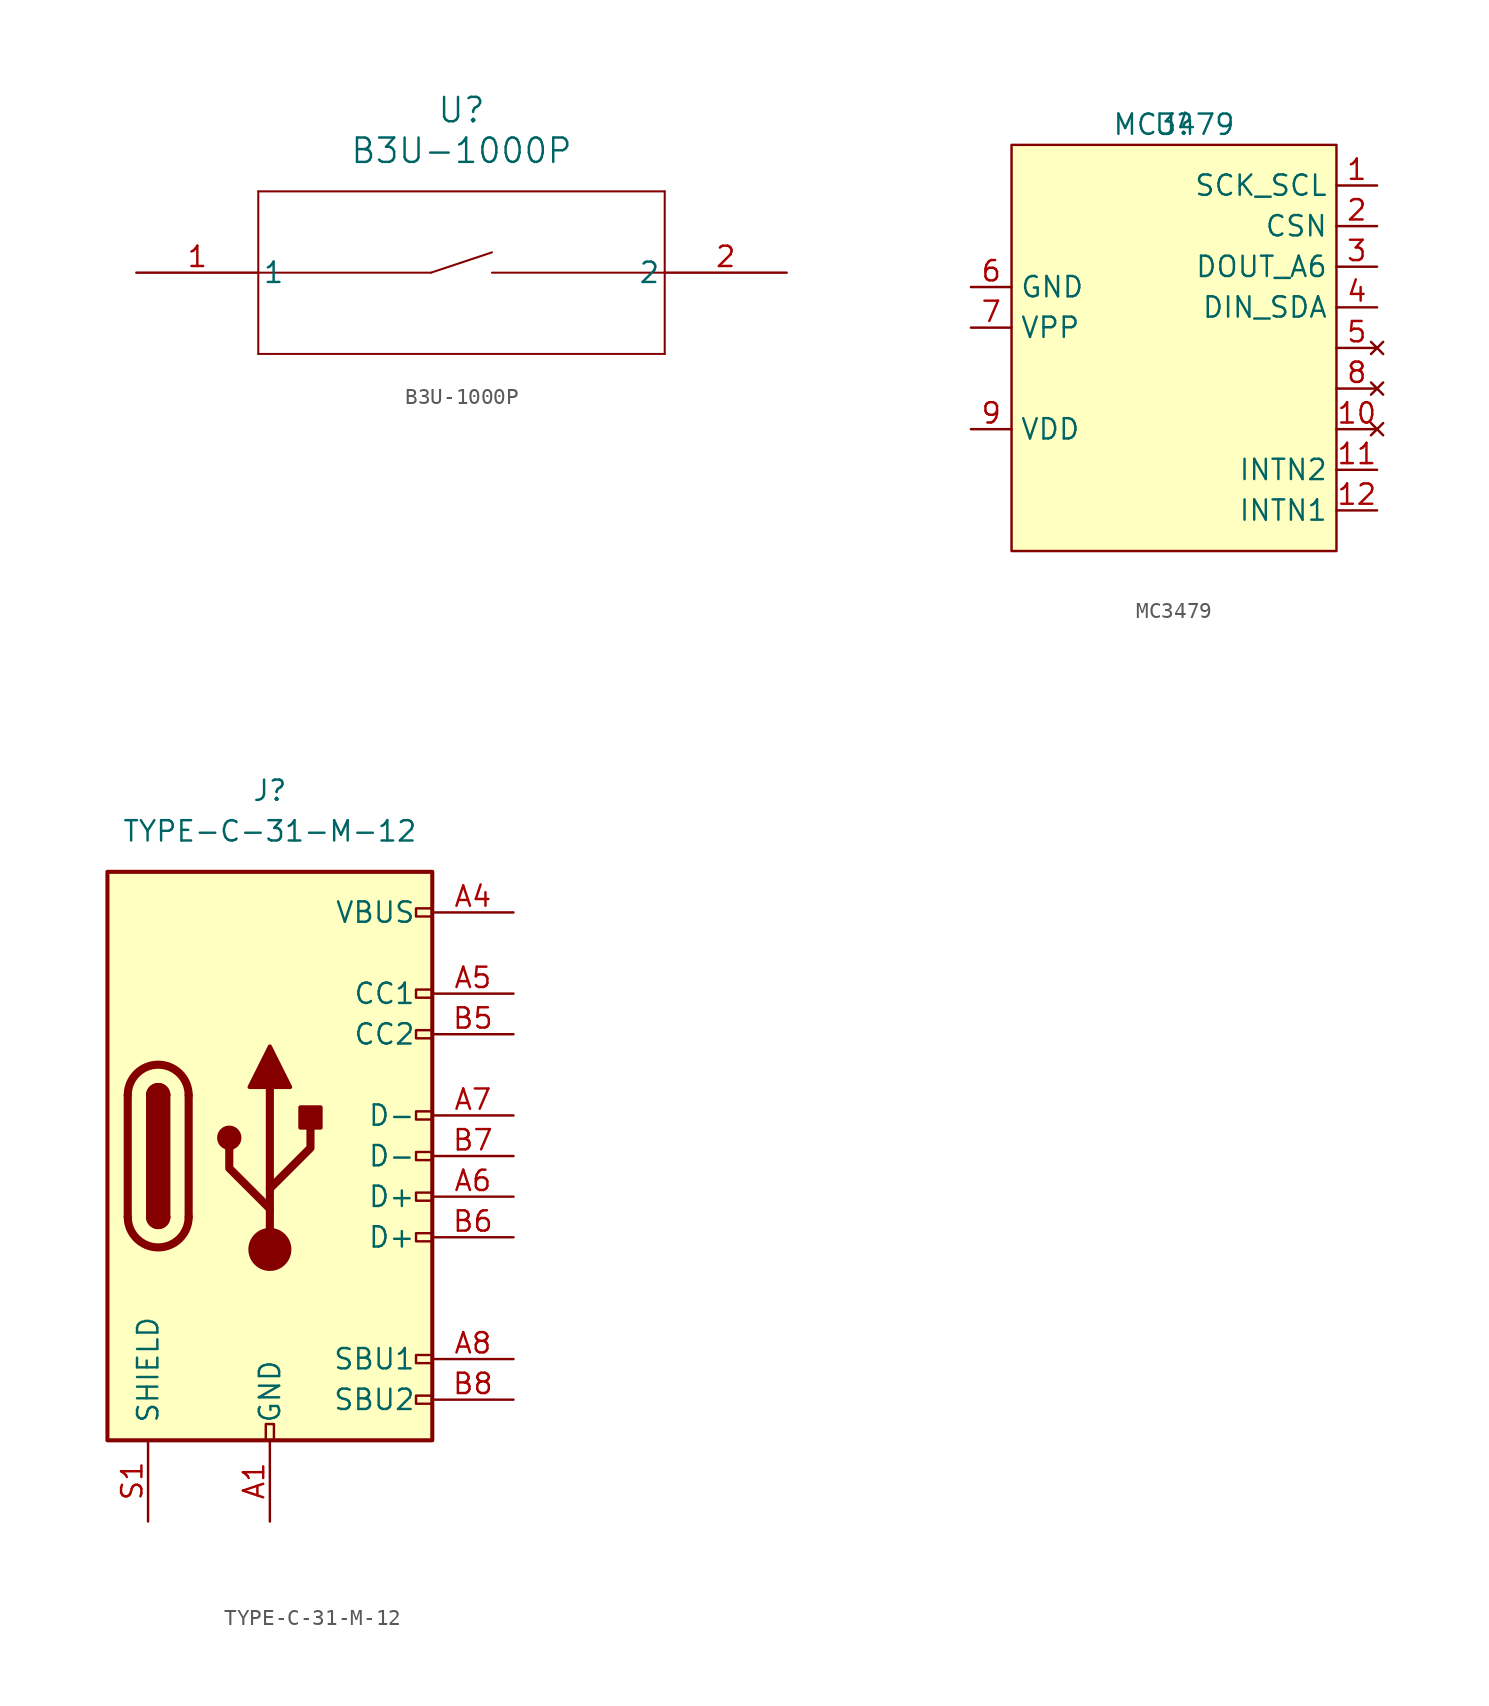
<source format=kicad_sym>
(kicad_symbol_lib
  (version 20231120)
  (generator "kicad_symbol_editor")
  (generator_version "8.0")
  (symbol "B3U-1000P"
    (pin_names
      (offset 0.254))
    (property "Reference" "U"
      (at 20.32 10.16 0)
      (effects (font (size 1.524 1.524))))
    (property "Value" "B3U-1000P"
      (at 20.32 7.62 0)
      (effects (font (size 1.524 1.524))))
    (property "ki_locked" ""
      (at 0 0 0)
      (effects (font (size 1.27 1.27))))
    (symbol "B3U-1000P_0_1"
      (polyline (pts (xy 7.62 -5.08) (xy 33.02 -5.08)) (stroke (width 0.127) (type default)) (fill (type none)))
      (polyline (pts (xy 7.62 5.08) (xy 7.62 -5.08)) (stroke (width 0.127) (type default)) (fill (type none)))
      (polyline (pts (xy 18.415 0) (xy 7.62 0)) (stroke (width 0.127) (type default)) (fill (type none)))
      (polyline (pts (xy 18.415 0) (xy 22.225 1.27)) (stroke (width 0.127) (type default)) (fill (type none)))
      (polyline (pts (xy 22.225 0) (xy 33.02 0)) (stroke (width 0.127) (type default)) (fill (type none)))
      (polyline (pts (xy 33.02 -5.08) (xy 33.02 5.08)) (stroke (width 0.127) (type default)) (fill (type none)))
      (polyline (pts (xy 33.02 5.08) (xy 7.62 5.08)) (stroke (width 0.127) (type default)) (fill (type none)))
      (pin unspecified line (at 0 0 0) (length 7.62) (name "1" (effects (font (size 1.27 1.27)))) (number "1" (effects (font (size 1.27 1.27)))))
      (pin unspecified line (at 40.64 0 180) (length 7.62) (name "2" (effects (font (size 1.27 1.27)))) (number "2" (effects (font (size 1.27 1.27)))))))
  (symbol "MC3479"
    (property "Reference" "U"
      (at 0 0 0)
      (effects (font (size 1.27 1.27))))
    (property "Value" "MC3479"
      (at 0 0 0)
      (effects (font (size 1.27 1.27))))
    (symbol "MC3479_1_1"
      (rectangle (start -10.16 -1.27) (end 10.16 -26.67) (stroke (width 0) (type default)) (fill (type background)))
      (pin input line (at 12.7 -3.81 180) (length 2.54) (name "SCK_SCL" (effects (font (size 1.27 1.27)))) (number "1" (effects (font (size 1.27 1.27)))))
      (pin no_connect line (at 12.7 -19.05 180) (length 2.54) (name "" (effects (font (size 1.27 1.27)))) (number "10" (effects (font (size 1.27 1.27)))))
      (pin output line (at 12.7 -21.59 180) (length 2.54) (name "INTN2" (effects (font (size 1.27 1.27)))) (number "11" (effects (font (size 1.27 1.27)))))
      (pin output line (at 12.7 -24.13 180) (length 2.54) (name "INTN1" (effects (font (size 1.27 1.27)))) (number "12" (effects (font (size 1.27 1.27)))))
      (pin input line (at 12.7 -6.35 180) (length 2.54) (name "CSN" (effects (font (size 1.27 1.27)))) (number "2" (effects (font (size 1.27 1.27)))))
      (pin bidirectional line (at 12.7 -8.89 180) (length 2.54) (name "DOUT_A6" (effects (font (size 1.27 1.27)))) (number "3" (effects (font (size 1.27 1.27)))))
      (pin bidirectional line (at 12.7 -11.43 180) (length 2.54) (name "DIN_SDA" (effects (font (size 1.27 1.27)))) (number "4" (effects (font (size 1.27 1.27)))))
      (pin no_connect line (at 12.7 -13.97 180) (length 2.54) (name "" (effects (font (size 1.27 1.27)))) (number "5" (effects (font (size 1.27 1.27)))))
      (pin power_in line (at -12.7 -10.16 0) (length 2.54) (name "GND" (effects (font (size 1.27 1.27)))) (number "6" (effects (font (size 1.27 1.27)))))
      (pin passive line (at -12.7 -12.7 0) (length 2.54) (name "VPP" (effects (font (size 1.27 1.27)))) (number "7" (effects (font (size 1.27 1.27)))))
      (pin no_connect line (at 12.7 -16.51 180) (length 2.54) (name "" (effects (font (size 1.27 1.27)))) (number "8" (effects (font (size 1.27 1.27)))))
      (pin power_in line (at -12.7 -19.05 0) (length 2.54) (name "VDD" (effects (font (size 1.27 1.27)))) (number "9" (effects (font (size 1.27 1.27)))))))
  (symbol "TYPE-C-31-M-12"
    (pin_names
      (offset 1.016))
    (property "Reference" "J"
      (at 0 24.13 0)
      (effects (font (size 1.27 1.27))))
    (property "Value" "TYPE-C-31-M-12"
      (at 0 21.59 0)
      (effects (font (size 1.27 1.27))))
    (symbol "TYPE-C-31-M-12_0_0"
      (rectangle (start -0.254 -16.51) (end 0.254 -15.494) (stroke (width 0) (type default)) (fill (type none)))
      (rectangle (start 10.16 -13.716) (end 9.144 -14.224) (stroke (width 0) (type default)) (fill (type none)))
      (rectangle (start 10.16 -11.176) (end 9.144 -11.684) (stroke (width 0) (type default)) (fill (type none)))
      (rectangle (start 10.16 -3.556) (end 9.144 -4.064) (stroke (width 0) (type default)) (fill (type none)))
      (rectangle (start 10.16 -1.016) (end 9.144 -1.524) (stroke (width 0) (type default)) (fill (type none)))
      (rectangle (start 10.16 1.524) (end 9.144 1.016) (stroke (width 0) (type default)) (fill (type none)))
      (rectangle (start 10.16 4.064) (end 9.144 3.556) (stroke (width 0) (type default)) (fill (type none)))
      (rectangle (start 10.16 9.144) (end 9.144 8.636) (stroke (width 0) (type default)) (fill (type none)))
      (rectangle (start 10.16 11.684) (end 9.144 11.176) (stroke (width 0) (type default)) (fill (type none)))
      (rectangle (start 10.16 16.764) (end 9.144 16.256) (stroke (width 0) (type default)) (fill (type none))))
    (symbol "TYPE-C-31-M-12_0_1"
      (rectangle (start -10.16 19.05) (end 10.16 -16.51) (stroke (width 0.254) (type default)) (fill (type background)))
      (arc (start -8.89 -2.54) (mid -6.985 -4.4367) (end -5.08 -2.54) (stroke (width 0.508) (type default)) (fill (type none)))
      (arc (start -7.62 -2.54) (mid -6.985 -3.1723) (end -6.35 -2.54) (stroke (width 0.254) (type default)) (fill (type none)))
      (arc (start -7.62 -2.54) (mid -6.985 -3.1723) (end -6.35 -2.54) (stroke (width 0.254) (type default)) (fill (type outline)))
      (rectangle (start -7.62 -2.54) (end -6.35 5.08) (stroke (width 0.254) (type default)) (fill (type outline)))
      (arc (start -6.35 5.08) (mid -6.985 5.7123) (end -7.62 5.08) (stroke (width 0.254) (type default)) (fill (type none)))
      (arc (start -6.35 5.08) (mid -6.985 5.7123) (end -7.62 5.08) (stroke (width 0.254) (type default)) (fill (type outline)))
      (arc (start -5.08 5.08) (mid -6.985 6.9767) (end -8.89 5.08) (stroke (width 0.508) (type default)) (fill (type none)))
      (circle (center -2.54 2.413) (radius 0.635) (stroke (width 0.254) (type default)) (fill (type outline)))
      (circle (center 0 -4.572) (radius 1.27) (stroke (width 0) (type default)) (fill (type outline)))
      (polyline (pts (xy -8.89 -2.54) (xy -8.89 5.08)) (stroke (width 0.508) (type default)) (fill (type none)))
      (polyline (pts (xy -5.08 5.08) (xy -5.08 -2.54)) (stroke (width 0.508) (type default)) (fill (type none)))
      (polyline (pts (xy 0 -4.572) (xy 0 5.588)) (stroke (width 0.508) (type default)) (fill (type none)))
      (polyline (pts (xy 0 -2.032) (xy -2.54 0.508) (xy -2.54 1.778)) (stroke (width 0.508) (type default)) (fill (type none)))
      (polyline (pts (xy 0 -0.762) (xy 2.54 1.778) (xy 2.54 3.048)) (stroke (width 0.508) (type default)) (fill (type none)))
      (polyline (pts (xy -1.27 5.588) (xy 0 8.128) (xy 1.27 5.588) (xy -1.27 5.588)) (stroke (width 0.254) (type default)) (fill (type outline)))
      (rectangle (start 1.905 3.048) (end 3.175 4.318) (stroke (width 0.254) (type default)) (fill (type outline))))
    (symbol "TYPE-C-31-M-12_1_1"
      (pin passive line (at 0 -21.59 90) (length 5.08) (name "GND" (effects (font (size 1.27 1.27)))) (number "A1" (effects (font (size 1.27 1.27)))))
      (pin passive line (at 15.24 16.51 180) (length 5.08) (name "VBUS" (effects (font (size 1.27 1.27)))) (number "A4" (effects (font (size 1.27 1.27)))))
      (pin bidirectional line (at 15.24 11.43 180) (length 5.08) (name "CC1" (effects (font (size 1.27 1.27)))) (number "A5" (effects (font (size 1.27 1.27)))))
      (pin bidirectional line (at 15.24 -1.27 180) (length 5.08) (name "D+" (effects (font (size 1.27 1.27)))) (number "A6" (effects (font (size 1.27 1.27)))))
      (pin bidirectional line (at 15.24 3.81 180) (length 5.08) (name "D-" (effects (font (size 1.27 1.27)))) (number "A7" (effects (font (size 1.27 1.27)))))
      (pin bidirectional line (at 15.24 -11.43 180) (length 5.08) (name "SBU1" (effects (font (size 1.27 1.27)))) (number "A8" (effects (font (size 1.27 1.27)))))
      (pin passive line (at 0 -21.59 90) (length 5.08) hide (name "GND" (effects (font (size 1.27 1.27)))) (number "B1" (effects (font (size 1.27 1.27)))))
      (pin passive line (at 15.24 16.51 180) (length 5.08) hide (name "VBUS" (effects (font (size 1.27 1.27)))) (number "B4" (effects (font (size 1.27 1.27)))))
      (pin bidirectional line (at 15.24 8.89 180) (length 5.08) (name "CC2" (effects (font (size 1.27 1.27)))) (number "B5" (effects (font (size 1.27 1.27)))))
      (pin bidirectional line (at 15.24 -3.81 180) (length 5.08) (name "D+" (effects (font (size 1.27 1.27)))) (number "B6" (effects (font (size 1.27 1.27)))))
      (pin bidirectional line (at 15.24 1.27 180) (length 5.08) (name "D-" (effects (font (size 1.27 1.27)))) (number "B7" (effects (font (size 1.27 1.27)))))
      (pin bidirectional line (at 15.24 -13.97 180) (length 5.08) (name "SBU2" (effects (font (size 1.27 1.27)))) (number "B8" (effects (font (size 1.27 1.27)))))
      (pin passive line (at -7.62 -21.59 90) (length 5.08) (name "SHIELD" (effects (font (size 1.27 1.27)))) (number "S1" (effects (font (size 1.27 1.27))))))))
</source>
